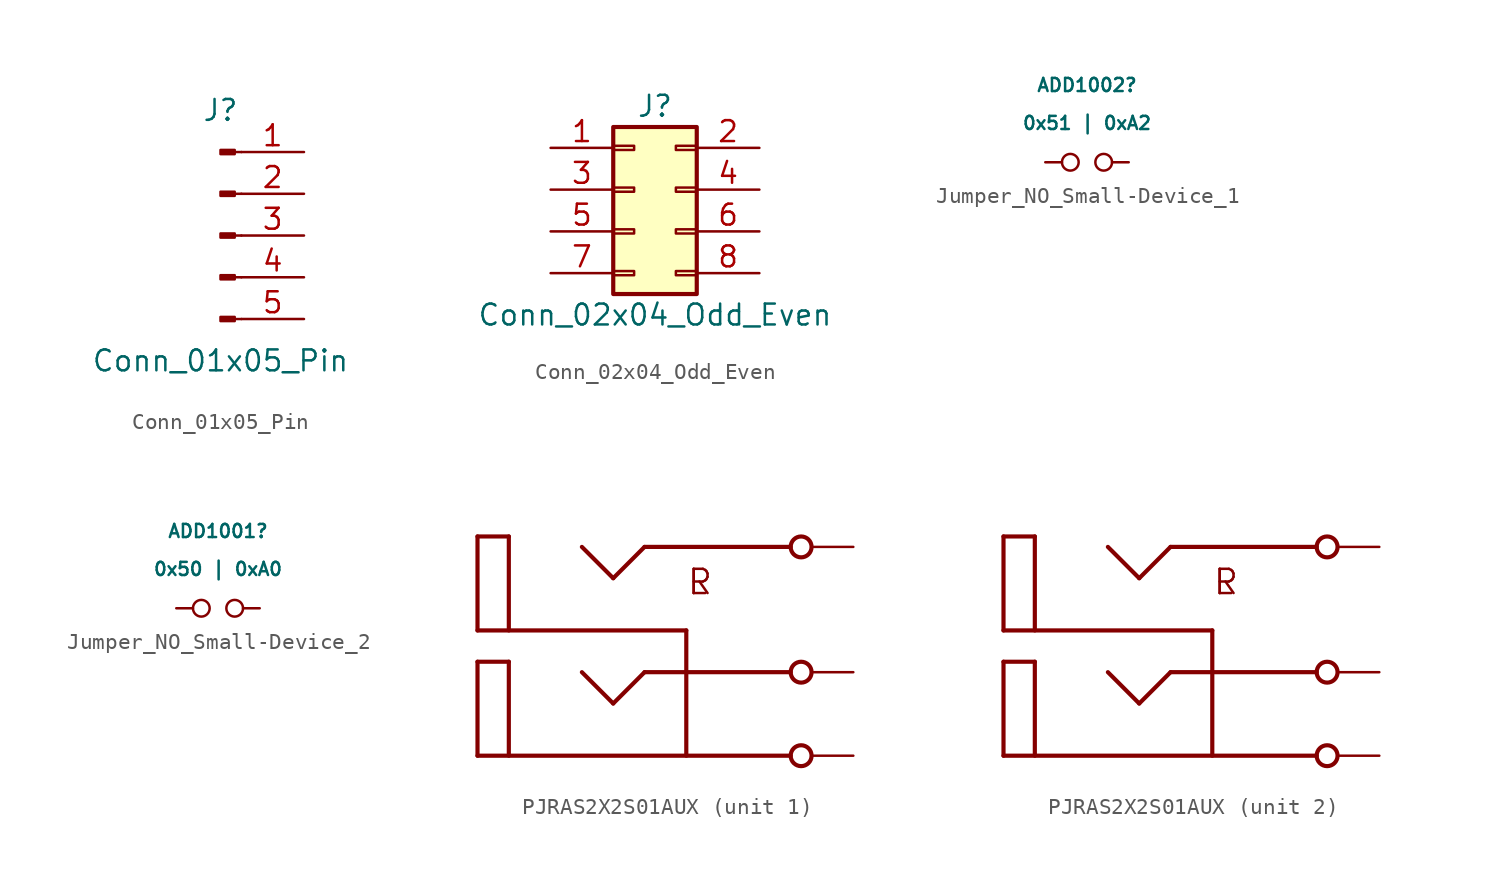
<source format=kicad_sym>
(kicad_symbol_lib
  (version 20231120)
  (generator "kicad_symbol_editor")
  (generator_version "8.0")
  (symbol "Conn_01x05_Pin"
    (pin_names
      (offset 1.016) hide)
    (property "Reference" "J"
      (at 0 7.62 0)
      (effects (font (size 1.27 1.27))))
    (property "Value" "Conn_01x05_Pin"
      (at 0 -7.62 0)
      (effects (font (size 1.27 1.27))))
    (property "ki_locked" ""
      (at 0 0 0)
      (effects (font (size 1.27 1.27))))
    (symbol "Conn_01x05_Pin_1_1"
      (polyline (pts (xy 1.27 -5.08) (xy 0.864 -5.08)) (stroke (width 0.152) (type default)) (fill (type none)))
      (polyline (pts (xy 1.27 -2.54) (xy 0.864 -2.54)) (stroke (width 0.152) (type default)) (fill (type none)))
      (polyline (pts (xy 1.27 0) (xy 0.864 0)) (stroke (width 0.152) (type default)) (fill (type none)))
      (polyline (pts (xy 1.27 2.54) (xy 0.864 2.54)) (stroke (width 0.152) (type default)) (fill (type none)))
      (polyline (pts (xy 1.27 5.08) (xy 0.864 5.08)) (stroke (width 0.152) (type default)) (fill (type none)))
      (rectangle (start 0.864 -4.953) (end 0 -5.207) (stroke (width 0.152) (type default)) (fill (type outline)))
      (rectangle (start 0.864 -2.413) (end 0 -2.667) (stroke (width 0.152) (type default)) (fill (type outline)))
      (rectangle (start 0.864 0.127) (end 0 -0.127) (stroke (width 0.152) (type default)) (fill (type outline)))
      (rectangle (start 0.864 2.667) (end 0 2.413) (stroke (width 0.152) (type default)) (fill (type outline)))
      (rectangle (start 0.864 5.207) (end 0 4.953) (stroke (width 0.152) (type default)) (fill (type outline)))
      (pin passive line (at 5.08 5.08 180) (length 3.81) (name "Pin_1" (effects (font (size 1.27 1.27)))) (number "1" (effects (font (size 1.27 1.27)))))
      (pin passive line (at 5.08 2.54 180) (length 3.81) (name "Pin_2" (effects (font (size 1.27 1.27)))) (number "2" (effects (font (size 1.27 1.27)))))
      (pin passive line (at 5.08 0 180) (length 3.81) (name "Pin_3" (effects (font (size 1.27 1.27)))) (number "3" (effects (font (size 1.27 1.27)))))
      (pin passive line (at 5.08 -2.54 180) (length 3.81) (name "Pin_4" (effects (font (size 1.27 1.27)))) (number "4" (effects (font (size 1.27 1.27)))))
      (pin passive line (at 5.08 -5.08 180) (length 3.81) (name "Pin_5" (effects (font (size 1.27 1.27)))) (number "5" (effects (font (size 1.27 1.27)))))))
  (symbol "Conn_02x04_Odd_Even"
    (pin_names
      (offset 1.016) hide)
    (property "Reference" "J"
      (at 1.27 5.08 0)
      (effects (font (size 1.27 1.27))))
    (property "Value" "Conn_02x04_Odd_Even"
      (at 1.27 -7.62 0)
      (effects (font (size 1.27 1.27))))
    (symbol "Conn_02x04_Odd_Even_1_1"
      (rectangle (start -1.27 -4.953) (end 0 -5.207) (stroke (width 0.152) (type default)) (fill (type none)))
      (rectangle (start -1.27 -2.413) (end 0 -2.667) (stroke (width 0.152) (type default)) (fill (type none)))
      (rectangle (start -1.27 0.127) (end 0 -0.127) (stroke (width 0.152) (type default)) (fill (type none)))
      (rectangle (start -1.27 2.667) (end 0 2.413) (stroke (width 0.152) (type default)) (fill (type none)))
      (rectangle (start -1.27 3.81) (end 3.81 -6.35) (stroke (width 0.254) (type default)) (fill (type background)))
      (rectangle (start 3.81 -4.953) (end 2.54 -5.207) (stroke (width 0.152) (type default)) (fill (type none)))
      (rectangle (start 3.81 -2.413) (end 2.54 -2.667) (stroke (width 0.152) (type default)) (fill (type none)))
      (rectangle (start 3.81 0.127) (end 2.54 -0.127) (stroke (width 0.152) (type default)) (fill (type none)))
      (rectangle (start 3.81 2.667) (end 2.54 2.413) (stroke (width 0.152) (type default)) (fill (type none)))
      (pin passive line (at -5.08 2.54 0) (length 3.81) (name "Pin_1" (effects (font (size 1.27 1.27)))) (number "1" (effects (font (size 1.27 1.27)))))
      (pin passive line (at 7.62 2.54 180) (length 3.81) (name "Pin_2" (effects (font (size 1.27 1.27)))) (number "2" (effects (font (size 1.27 1.27)))))
      (pin passive line (at -5.08 0 0) (length 3.81) (name "Pin_3" (effects (font (size 1.27 1.27)))) (number "3" (effects (font (size 1.27 1.27)))))
      (pin passive line (at 7.62 0 180) (length 3.81) (name "Pin_4" (effects (font (size 1.27 1.27)))) (number "4" (effects (font (size 1.27 1.27)))))
      (pin passive line (at -5.08 -2.54 0) (length 3.81) (name "Pin_5" (effects (font (size 1.27 1.27)))) (number "5" (effects (font (size 1.27 1.27)))))
      (pin passive line (at 7.62 -2.54 180) (length 3.81) (name "Pin_6" (effects (font (size 1.27 1.27)))) (number "6" (effects (font (size 1.27 1.27)))))
      (pin passive line (at -5.08 -5.08 0) (length 3.81) (name "Pin_7" (effects (font (size 1.27 1.27)))) (number "7" (effects (font (size 1.27 1.27)))))
      (pin passive line (at 7.62 -5.08 180) (length 3.81) (name "Pin_8" (effects (font (size 1.27 1.27)))) (number "8" (effects (font (size 1.27 1.27)))))))
  (symbol "Jumper_NO_Small-Device_1"
    (pin_numbers hide)
    (pin_names
      (offset 0.762) hide)
    (property "Reference" "ADD1002"
      (at 0 4.699 0)
      (effects (font (size 0.8 0.8))))
    (property "Value" "0x51 | 0xA2"
      (at 0 2.388 0)
      (effects (font (size 0.8 0.8))))
    (symbol "Jumper_NO_Small-Device_1_0_1"
      (circle (center -1.016 0) (radius 0.508) (stroke (width 0) (type default)) (fill (type none)))
      (circle (center 1.016 0) (radius 0.508) (stroke (width 0) (type default)) (fill (type none)))
      (pin passive line (at -2.54 0 0) (length 1.016) (name "1" (effects (font (size 1.27 1.27)))) (number "1" (effects (font (size 1.27 1.27)))))
      (pin passive line (at 2.54 0 180) (length 1.016) (name "2" (effects (font (size 1.27 1.27)))) (number "2" (effects (font (size 1.27 1.27)))))))
  (symbol "Jumper_NO_Small-Device_2"
    (pin_numbers hide)
    (pin_names
      (offset 0.762) hide)
    (property "Reference" "ADD1001"
      (at 0 4.699 0)
      (effects (font (size 0.8 0.8))))
    (property "Value" "0x50 | 0xA0"
      (at 0 2.388 0)
      (effects (font (size 0.8 0.8))))
    (symbol "Jumper_NO_Small-Device_2_0_1"
      (circle (center -1.016 0) (radius 0.508) (stroke (width 0) (type default)) (fill (type none)))
      (circle (center 1.016 0) (radius 0.508) (stroke (width 0) (type default)) (fill (type none)))
      (pin passive line (at -2.54 0 0) (length 1.016) (name "1" (effects (font (size 1.27 1.27)))) (number "1" (effects (font (size 1.27 1.27)))))
      (pin passive line (at 2.54 0 180) (length 1.016) (name "2" (effects (font (size 1.27 1.27)))) (number "2" (effects (font (size 1.27 1.27)))))))
  (symbol "PJRAS2X2S01AUX"
    (pin_numbers hide)
    (pin_names
      (offset 1.016) hide)
    (property "Reference" "RCA_IN1"
      (at -1.27 -10.16 0)
      (effects (font (size 1.27 1.27)) (justify left bottom) (hide yes)))
    (property "ki_locked" ""
      (at 0 0 0)
      (effects (font (size 1.27 1.27))))
    (symbol "PJRAS2X2S01AUX_0_0"
      (text "L" (at 2.54 5.08 0) (effects (font (size 1.473 1.473)) (justify left top)))
      (text "R" (at 2.54 5.08 0) (effects (font (size 1.473 1.473)) (justify left top))))
    (symbol "PJRAS2X2S01AUX_1_0"
      (polyline (pts (xy -10.16 -6.35) (xy 8.89 -6.35)) (stroke (width 0.254) (type default)) (fill (type none)))
      (polyline (pts (xy -10.16 -0.635) (xy -10.16 -6.35)) (stroke (width 0.254) (type default)) (fill (type none)))
      (polyline (pts (xy -10.16 -0.635) (xy -8.255 -0.635)) (stroke (width 0.254) (type default)) (fill (type none)))
      (polyline (pts (xy -10.16 1.27) (xy 2.54 1.27)) (stroke (width 0.254) (type default)) (fill (type none)))
      (polyline (pts (xy -10.16 6.985) (xy -10.16 1.27)) (stroke (width 0.254) (type default)) (fill (type none)))
      (polyline (pts (xy -10.16 6.985) (xy -8.255 6.985)) (stroke (width 0.254) (type default)) (fill (type none)))
      (polyline (pts (xy -8.255 -0.635) (xy -8.255 -6.35)) (stroke (width 0.254) (type default)) (fill (type none)))
      (polyline (pts (xy -8.255 6.985) (xy -8.255 1.27)) (stroke (width 0.254) (type default)) (fill (type none)))
      (polyline (pts (xy -3.81 -1.27) (xy -1.905 -3.175)) (stroke (width 0.254) (type default)) (fill (type none)))
      (polyline (pts (xy -3.81 6.35) (xy -1.905 4.445)) (stroke (width 0.254) (type default)) (fill (type none)))
      (polyline (pts (xy -1.905 -3.175) (xy 0 -1.27)) (stroke (width 0.254) (type default)) (fill (type none)))
      (polyline (pts (xy -1.905 4.445) (xy 0 6.35)) (stroke (width 0.254) (type default)) (fill (type none)))
      (polyline (pts (xy 0 -1.27) (xy 8.89 -1.27)) (stroke (width 0.254) (type default)) (fill (type none)))
      (polyline (pts (xy 0 6.35) (xy 8.89 6.35)) (stroke (width 0.254) (type default)) (fill (type none)))
      (polyline (pts (xy 2.54 1.27) (xy 2.54 -6.35)) (stroke (width 0.254) (type default)) (fill (type none)))
      (circle (center 9.525 -6.35) (radius 0.635) (stroke (width 0.254) (type default)) (fill (type none)))
      (circle (center 9.525 -1.27) (radius 0.635) (stroke (width 0.254) (type default)) (fill (type none)))
      (circle (center 9.525 6.35) (radius 0.635) (stroke (width 0.254) (type default)) (fill (type none)))
      (pin passive line (at 12.7 -6.35 180) (length 2.54) (name "1S" (effects (font (size 1.016 1.016)))) (number "1S" (effects (font (size 1.016 1.016)))))
      (pin passive line (at 12.7 -1.27 180) (length 2.54) (name "1T1" (effects (font (size 1.016 1.016)))) (number "1T1" (effects (font (size 1.016 1.016)))))
      (pin passive line (at 12.7 6.35 180) (length 2.54) (name "1T2" (effects (font (size 1.016 1.016)))) (number "1T2" (effects (font (size 1.016 1.016))))))
    (symbol "PJRAS2X2S01AUX_2_0"
      (polyline (pts (xy -10.16 -6.35) (xy 8.89 -6.35)) (stroke (width 0.254) (type default)) (fill (type none)))
      (polyline (pts (xy -10.16 -0.635) (xy -10.16 -6.35)) (stroke (width 0.254) (type default)) (fill (type none)))
      (polyline (pts (xy -10.16 -0.635) (xy -8.255 -0.635)) (stroke (width 0.254) (type default)) (fill (type none)))
      (polyline (pts (xy -10.16 1.27) (xy 2.54 1.27)) (stroke (width 0.254) (type default)) (fill (type none)))
      (polyline (pts (xy -10.16 6.985) (xy -10.16 1.27)) (stroke (width 0.254) (type default)) (fill (type none)))
      (polyline (pts (xy -10.16 6.985) (xy -8.255 6.985)) (stroke (width 0.254) (type default)) (fill (type none)))
      (polyline (pts (xy -8.255 -0.635) (xy -8.255 -6.35)) (stroke (width 0.254) (type default)) (fill (type none)))
      (polyline (pts (xy -8.255 6.985) (xy -8.255 1.27)) (stroke (width 0.254) (type default)) (fill (type none)))
      (polyline (pts (xy -3.81 -1.27) (xy -1.905 -3.175)) (stroke (width 0.254) (type default)) (fill (type none)))
      (polyline (pts (xy -3.81 6.35) (xy -1.905 4.445)) (stroke (width 0.254) (type default)) (fill (type none)))
      (polyline (pts (xy -1.905 -3.175) (xy 0 -1.27)) (stroke (width 0.254) (type default)) (fill (type none)))
      (polyline (pts (xy -1.905 4.445) (xy 0 6.35)) (stroke (width 0.254) (type default)) (fill (type none)))
      (polyline (pts (xy 0 -1.27) (xy 8.89 -1.27)) (stroke (width 0.254) (type default)) (fill (type none)))
      (polyline (pts (xy 0 6.35) (xy 8.89 6.35)) (stroke (width 0.254) (type default)) (fill (type none)))
      (polyline (pts (xy 2.54 1.27) (xy 2.54 -6.35)) (stroke (width 0.254) (type default)) (fill (type none)))
      (circle (center 9.525 -6.35) (radius 0.635) (stroke (width 0.254) (type default)) (fill (type none)))
      (circle (center 9.525 -1.27) (radius 0.635) (stroke (width 0.254) (type default)) (fill (type none)))
      (circle (center 9.525 6.35) (radius 0.635) (stroke (width 0.254) (type default)) (fill (type none)))
      (pin passive line (at 12.7 -6.35 180) (length 2.54) (name "2S" (effects (font (size 1.016 1.016)))) (number "2S" (effects (font (size 1.016 1.016)))))
      (pin passive line (at 12.7 -1.27 180) (length 2.54) (name "2T1" (effects (font (size 1.016 1.016)))) (number "2T1" (effects (font (size 1.016 1.016)))))
      (pin passive line (at 12.7 6.35 180) (length 2.54) (name "2T2" (effects (font (size 1.016 1.016)))) (number "2T2" (effects (font (size 1.016 1.016))))))))
</source>
